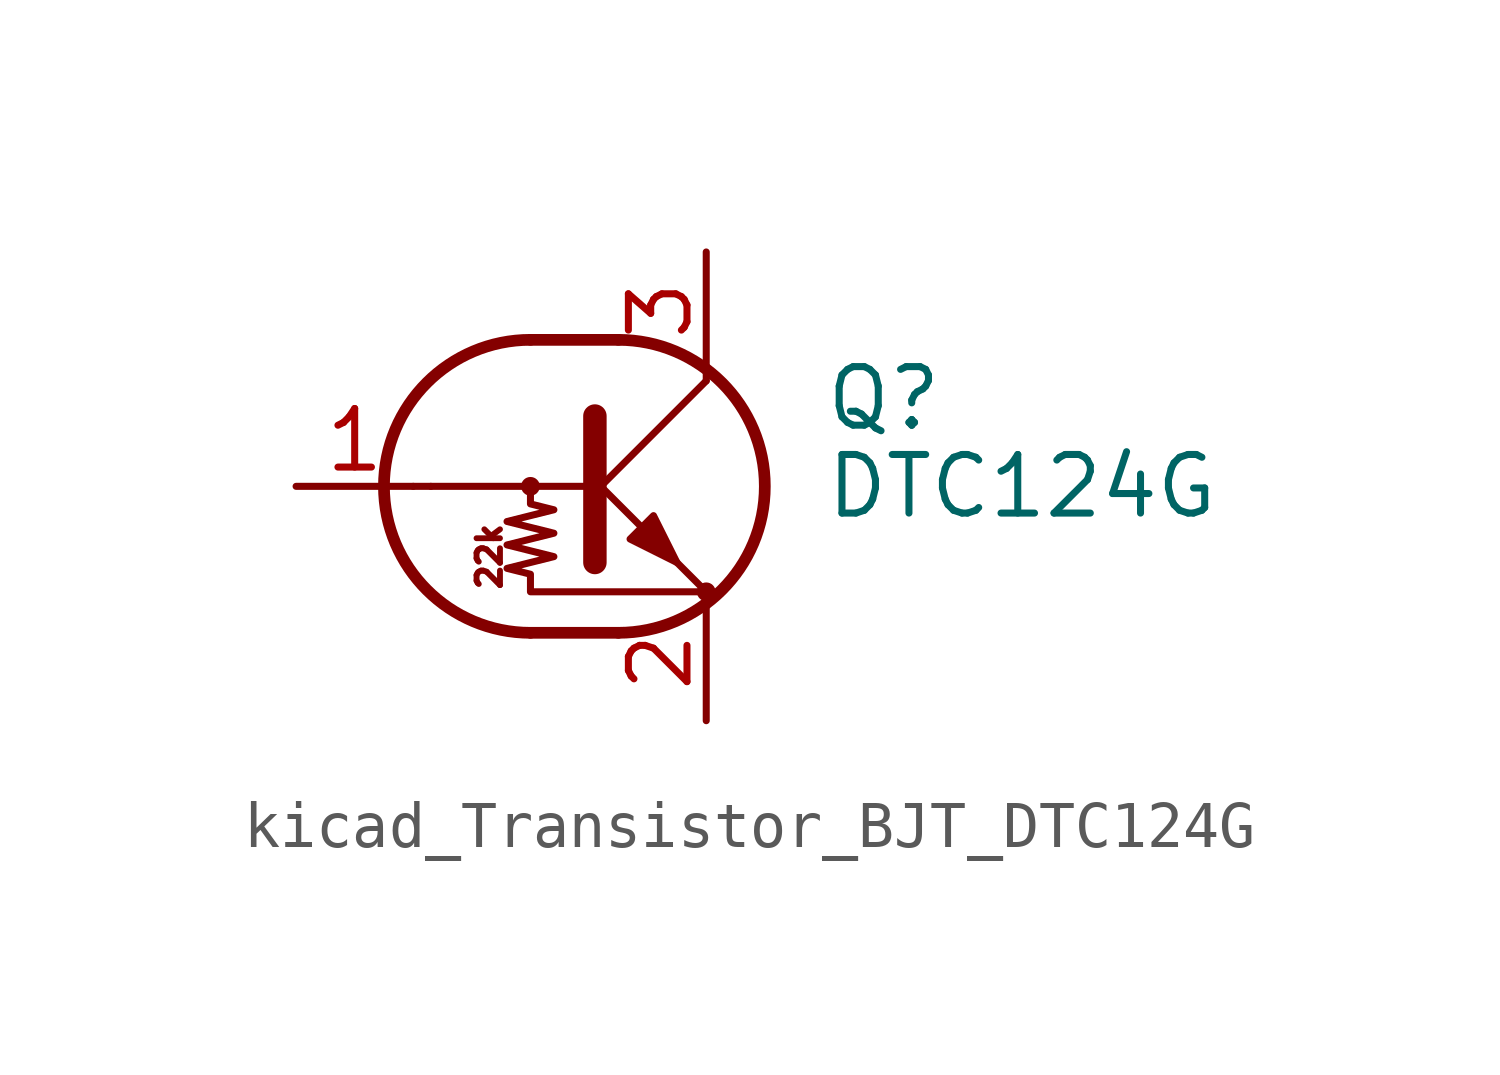
<source format=kicad_sym>
(kicad_symbol_lib
  (version 20220914)
  (generator kicad_symbol_editor)
  (symbol "kicad_Transistor_BJT_DTC124G"
    (pin_names
      (offset 0) hide)
    (property "Reference" "Q"
      (at 5.08 1.905 0)
      (effects (font (size 1.27 1.27)) (justify left)))
    (property "Value" "DTC124G"
      (at 5.08 0 0)
      (effects (font (size 1.27 1.27)) (justify left)))
    (symbol "kicad_Transistor_BJT_DTC124G_0_0"
      (polyline (pts (xy -3.429 0) (xy 0 0)) (stroke (width 0) (type default)) (fill (type none)))
      (text "22k" (at -2.159 -1.524 900) (effects (font (size 0.508 0.508)))))
    (symbol "kicad_Transistor_BJT_DTC124G_0_1"
      (circle (center -1.27 0) (radius 0.127) (stroke (width 0) (type default)) (fill (type none)))
      (arc (start -1.27 3.175) (mid -4.4312 0) (end -1.27 -3.175) (stroke (width 0.254) (type default)) (fill (type none)))
      (polyline (pts (xy -3.429 0) (xy -3.81 0)) (stroke (width 0) (type default)) (fill (type none)))
      (polyline (pts (xy -1.27 -3.175) (xy 0.635 -3.175)) (stroke (width 0.254) (type default)) (fill (type none)))
      (polyline (pts (xy -1.27 3.175) (xy 0.635 3.175)) (stroke (width 0.254) (type default)) (fill (type none)))
      (polyline (pts (xy 0 -0.254) (xy 2.54 2.286)) (stroke (width 0) (type default)) (fill (type none)))
      (polyline (pts (xy 0.127 1.524) (xy 0.127 -1.651)) (stroke (width 0.508) (type default)) (fill (type outline)))
      (polyline (pts (xy 2.54 2.286) (xy 2.54 2.54)) (stroke (width 0) (type default)) (fill (type none)))
      (polyline (pts (xy 2.54 -2.286) (xy 0 0.254) (xy 0 0.254)) (stroke (width 0) (type default)) (fill (type none)))
      (polyline (pts (xy 0.889 -1.143) (xy 1.397 -0.635) (xy 1.905 -1.651) (xy 0.889 -1.143)) (stroke (width 0) (type default)) (fill (type outline)))
      (polyline (pts (xy -1.27 0) (xy -1.27 -0.381) (xy -0.762 -0.508) (xy -1.778 -0.762) (xy -0.762 -1.016) (xy -1.778 -1.27) (xy -0.762 -1.524) (xy -1.778 -1.778) (xy -1.27 -1.905) (xy -1.27 -2.286) (xy 2.54 -2.286)) (stroke (width 0) (type default)) (fill (type none)))
      (arc (start 0.635 -3.175) (mid 3.7962 0) (end 0.635 3.175) (stroke (width 0.254) (type default)) (fill (type none)))
      (circle (center 2.54 -2.286) (radius 0.127) (stroke (width 0) (type default)) (fill (type none))))
    (symbol "kicad_Transistor_BJT_DTC124G_1_1"
      (pin input line (at -6.35 0 0) (length 2.54) (name "B" (effects (font (size 1.27 1.27)))) (number "1" (effects (font (size 1.27 1.27)))))
      (pin passive line (at 2.54 -5.08 90) (length 2.54) (name "E" (effects (font (size 1.27 1.27)))) (number "2" (effects (font (size 1.27 1.27)))))
      (pin passive line (at 2.54 5.08 270) (length 2.54) (name "C" (effects (font (size 1.27 1.27)))) (number "3" (effects (font (size 1.27 1.27))))))))
</source>
